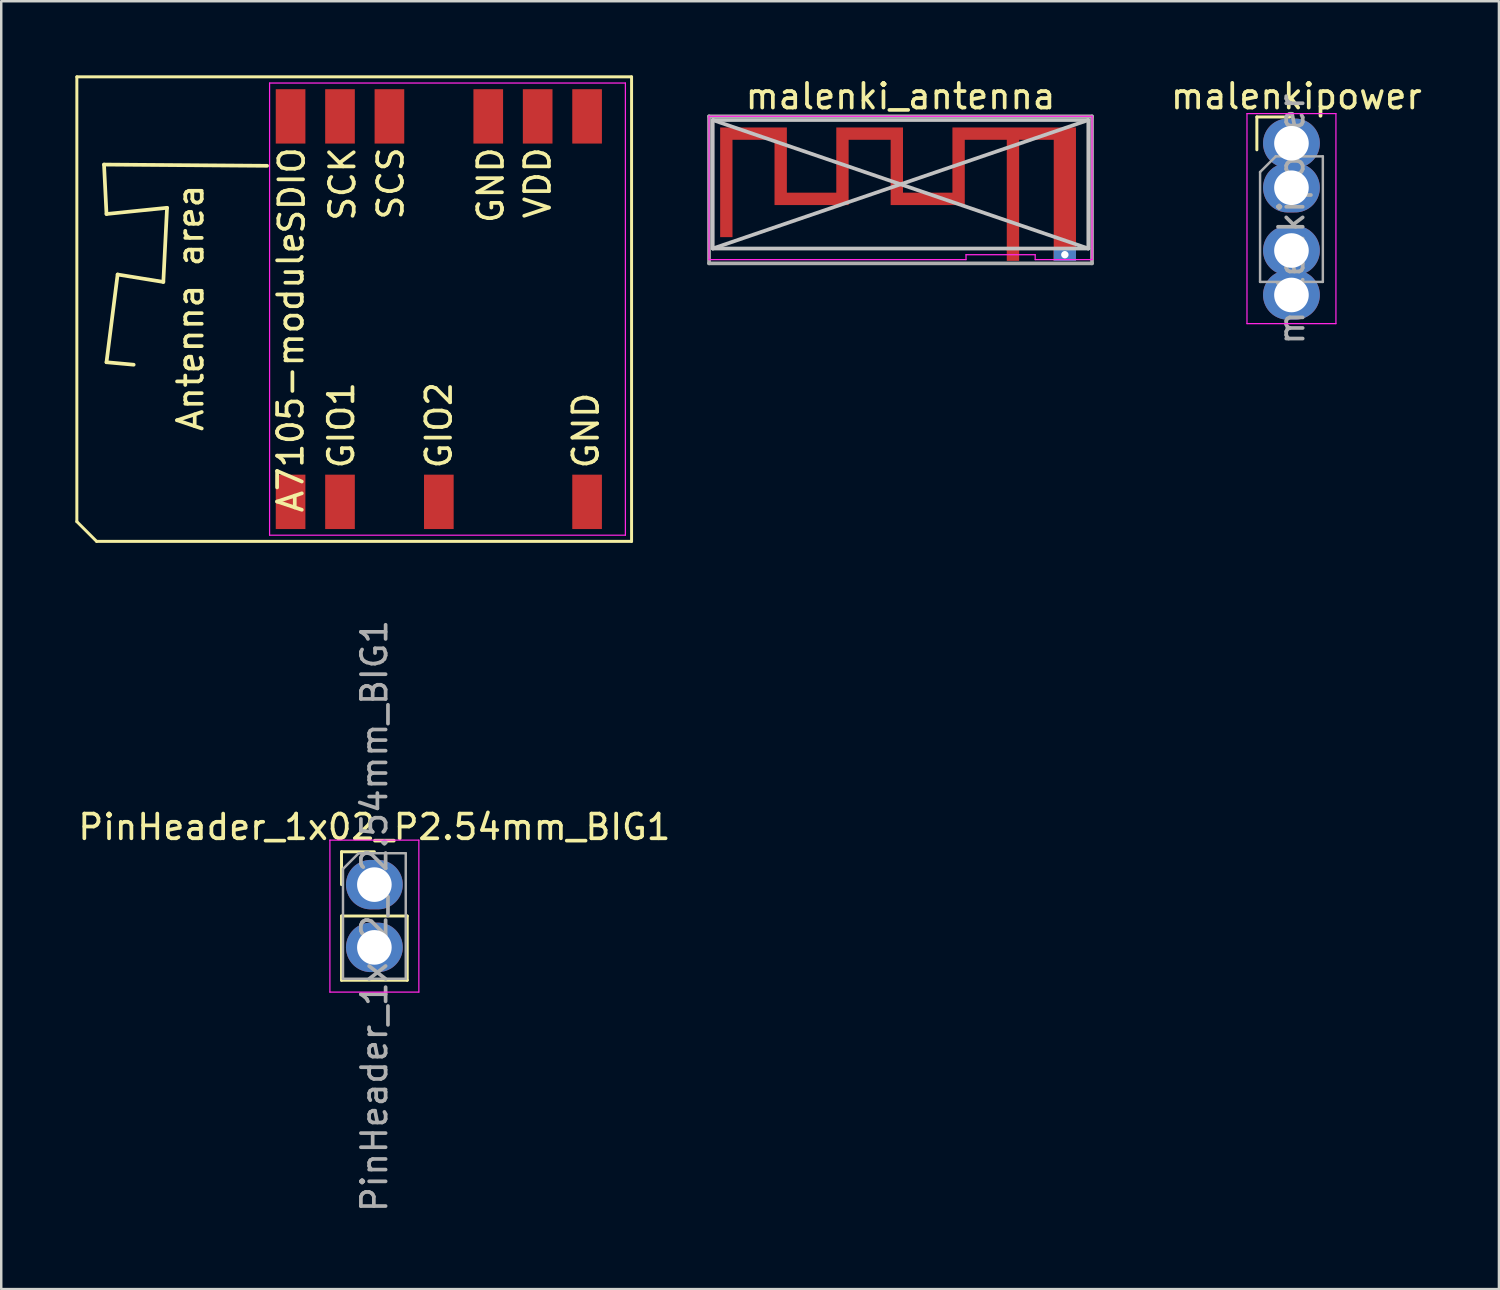
<source format=kicad_pcb>
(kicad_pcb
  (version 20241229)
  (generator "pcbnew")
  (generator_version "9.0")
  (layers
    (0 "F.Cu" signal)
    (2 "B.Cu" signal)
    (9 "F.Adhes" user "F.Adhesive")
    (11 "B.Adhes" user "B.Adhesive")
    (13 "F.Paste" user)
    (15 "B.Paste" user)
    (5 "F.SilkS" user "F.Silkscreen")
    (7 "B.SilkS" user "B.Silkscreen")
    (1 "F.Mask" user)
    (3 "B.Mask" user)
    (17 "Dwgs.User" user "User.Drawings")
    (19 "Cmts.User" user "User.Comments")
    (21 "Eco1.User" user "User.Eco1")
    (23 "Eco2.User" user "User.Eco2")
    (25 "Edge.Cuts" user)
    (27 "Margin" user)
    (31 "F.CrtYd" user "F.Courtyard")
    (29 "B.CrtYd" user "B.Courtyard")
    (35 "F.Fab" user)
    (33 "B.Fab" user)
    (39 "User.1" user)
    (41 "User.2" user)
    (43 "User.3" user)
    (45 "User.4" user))
  (footprint "malenki_antenna"
    (layer "F.Cu")
    (at 37.945 7.258)
    (property "Reference" "malenki_antenna" (at -4.55 -6.41 0) (layer "F.SilkS") (effects (font (size 1 1) (thickness 0.15))))
    (attr exclude_from_pos_files exclude_from_bom)
    (fp_poly (pts (xy -2.45 -2.51) (xy -4.45 -2.51) (xy -4.45 -5.15) (xy -7.15 -5.15) (xy -7.15 -2.51) (xy -9.15 -2.51) (xy -9.15 -5.15) (xy -11.85 -5.15) (xy -11.85 -0.71) (xy -11.35 -0.71) (xy -11.35 -4.65) (xy -9.65 -4.65) (xy -9.65 -2.01) (xy -6.65 -2.01) (xy -6.65 -4.65) (xy -4.95 -4.65) (xy -4.95 -2.01) (xy -1.95 -2.01) (xy -1.95 -4.65) (xy -0.25 -4.65) (xy -0.25 -0.15) (xy 0.25 -0.15) (xy 0.25 -4.65) (xy 1.65 -4.65) (xy 1.65 0.25) (xy 2.55 0.25) (xy 2.55 0.007) (xy 2.248 0.007) (xy 2.238 0.054) (xy 2.214 0.097) (xy 2.176 0.13) (xy 2.168 0.134) (xy 2.125 0.146) (xy 2.077 0.145) (xy 2.031 0.132) (xy 2.013 0.122) (xy 1.979 0.087) (xy 1.958 0.041) (xy 1.952 -0.008) (xy 1.96 -0.056) (xy 1.977 -0.089) (xy 2.012 -0.121) (xy 2.058 -0.141) (xy 2.107 -0.148) (xy 2.155 -0.14) (xy 2.188 -0.123) (xy 2.223 -0.086) (xy 2.243 -0.042) (xy 2.248 0.007) (xy 2.55 0.007) (xy 2.55 -5.15) (xy -2.45 -5.15) (xy -2.45 -2.51)) (stroke (width 0) (type solid)) (fill yes) (layer "F.Cu"))
    (fp_line (start -12.15 -0.25) (end -12.15 -5.45) (stroke (width 0.15) (type solid)) (layer "Dwgs.User"))
    (fp_line (start 3.05 -5.45) (end -12.15 -5.45) (stroke (width 0.15) (type solid)) (layer "Dwgs.User"))
    (fp_line (start 3.05 -5.45) (end -12.15 -0.25) (stroke (width 0.15) (type solid)) (layer "Dwgs.User"))
    (fp_line (start 3.05 -0.25) (end -12.15 -5.45) (stroke (width 0.15) (type solid)) (layer "Dwgs.User"))
    (fp_line (start 3.05 -0.25) (end -12.15 -0.25) (stroke (width 0.15) (type solid)) (layer "Dwgs.User"))
    (fp_line (start 3.05 -0.25) (end 3.05 -5.45) (stroke (width 0.15) (type solid)) (layer "Dwgs.User"))
    (fp_line (start -12.3 -5.6) (end -12.3 0.2) (stroke (width 0.05) (type solid)) (layer "F.CrtYd"))
    (fp_line (start -1.9 0) (end -1.9 0.2) (stroke (width 0.05) (type solid)) (layer "F.CrtYd"))
    (fp_line (start -1.9 0.2) (end -12.3 0.2) (stroke (width 0.05) (type solid)) (layer "F.CrtYd"))
    (fp_line (start 0.9 0) (end -1.9 0) (stroke (width 0.05) (type solid)) (layer "F.CrtYd"))
    (fp_line (start 0.9 0.2) (end 0.9 0) (stroke (width 0.05) (type solid)) (layer "F.CrtYd"))
    (fp_line (start 3.2 -5.6) (end -12.3 -5.6) (stroke (width 0.05) (type solid)) (layer "F.CrtYd"))
    (fp_line (start 3.2 0.2) (end 0.9 0.2) (stroke (width 0.05) (type solid)) (layer "F.CrtYd"))
    (fp_line (start 3.2 0.2) (end 3.2 -5.6) (stroke (width 0.05) (type solid)) (layer "F.CrtYd"))
    (fp_line (start -12.3 -5.6) (end -12.3 0.35) (stroke (width 0.15) (type solid)) (layer "F.Fab"))
    (fp_line (start -12.3 0.35) (end 3.2 0.35) (stroke (width 0.15) (type solid)) (layer "F.Fab"))
    (fp_line (start 3.2 -5.6) (end -12.3 -5.6) (stroke (width 0.15) (type solid)) (layer "F.Fab"))
    (fp_line (start 3.2 0.35) (end 3.2 -5.6) (stroke (width 0.15) (type solid)) (layer "F.Fab"))
    (pad "1" connect rect (at 0 0) (size 0.5 0.5) (layers "F.Cu"))
    (pad "2" thru_hole rect (at 2.1 0) (size 0.9 0.5) (drill 0.3) (layers "*.Cu")))
  (footprint "malenkipower"
    (layer "F.Cu")
    (at 49.216 4.548)
    (property "Reference" "malenkipower" (at 0.2 -3.7 0) (layer "F.SilkS") (effects (font (size 1 1) (thickness 0.15))))
    (attr through_hole)
    (fp_line (start -1.4 -2.865) (end -0.07 -2.865) (stroke (width 0.12) (type solid)) (layer "F.SilkS"))
    (fp_line (start -1.4 -1.535) (end -1.4 -2.865) (stroke (width 0.12) (type solid)) (layer "F.SilkS"))
    (fp_line (start -1.8 -3) (end -1.8 5.5) (stroke (width 0.05) (type solid)) (layer "F.CrtYd"))
    (fp_line (start -1.8 5.5) (end 1.8 5.5) (stroke (width 0.05) (type solid)) (layer "F.CrtYd"))
    (fp_line (start 1.8 -3) (end -1.8 -3) (stroke (width 0.05) (type solid)) (layer "F.CrtYd"))
    (fp_line (start 1.8 5.5) (end 1.8 -3) (stroke (width 0.05) (type solid)) (layer "F.CrtYd"))
    (fp_line (start -1.27 -0.635) (end -0.635 -1.27) (stroke (width 0.1) (type solid)) (layer "F.Fab"))
    (fp_line (start -1.27 3.81) (end -1.27 -0.635) (stroke (width 0.1) (type solid)) (layer "F.Fab"))
    (fp_line (start -0.635 -1.27) (end 1.27 -1.27) (stroke (width 0.1) (type solid)) (layer "F.Fab"))
    (fp_line (start 1.27 -1.27) (end 1.27 3.81) (stroke (width 0.1) (type solid)) (layer "F.Fab"))
    (fp_line (start 1.27 3.81) (end -1.27 3.81) (stroke (width 0.1) (type solid)) (layer "F.Fab"))
    (fp_text user "${REFERENCE}" (at 0 1.27 90) (layer "F.Fab") (effects (font (size 1 1) (thickness 0.15))))
    (pad "1" thru_hole oval (at 0 -1.8) (size 2.3 2) (drill 1.4) (layers "*.Cu" "*.Mask"))
    (pad "1" thru_hole oval (at 0 0) (size 2.3 2) (drill 1.4) (layers "*.Cu" "*.Mask"))
    (pad "2" thru_hole oval (at 0 2.54) (size 2.3 2) (drill 1.4) (layers "*.Cu" "*.Mask"))
    (pad "2" thru_hole oval (at 0 4.34) (size 2.3 2) (drill 1.4) (layers "*.Cu" "*.Mask")))
  (footprint "A7105-module"
    (layer "F.Cu")
    (at 14.71 9.46)
    (property "Reference" "A7105-module" (at -6 2.55 90) (layer "F.SilkS") (effects (font (size 1 1) (thickness 0.15))))
    (attr smd)
    (fp_line (start -14.65 -9.4) (end 7.8 -9.4) (stroke (width 0.12) (type solid)) (layer "F.SilkS"))
    (fp_line (start -14.65 8.6) (end -14.65 -9.4) (stroke (width 0.12) (type solid)) (layer "F.SilkS"))
    (fp_line (start -13.85 9.4) (end -14.65 8.6) (stroke (width 0.12) (type solid)) (layer "F.SilkS"))
    (fp_line (start -13.55 -5.85) (end -13.45 -3.85) (stroke (width 0.15) (type solid)) (layer "F.SilkS"))
    (fp_line (start -13.45 -3.85) (end -11 -4.1) (stroke (width 0.15) (type solid)) (layer "F.SilkS"))
    (fp_line (start -13.45 2.15) (end -12.35 2.25) (stroke (width 0.15) (type solid)) (layer "F.SilkS"))
    (fp_line (start -13 -1.4) (end -13.45 2.15) (stroke (width 0.15) (type solid)) (layer "F.SilkS"))
    (fp_line (start -11.15 -1.1) (end -13 -1.4) (stroke (width 0.15) (type solid)) (layer "F.SilkS"))
    (fp_line (start -11 -4.1) (end -11.15 -1.1) (stroke (width 0.15) (type solid)) (layer "F.SilkS"))
    (fp_line (start -6.95 -5.8) (end -13.55 -5.85) (stroke (width 0.15) (type solid)) (layer "F.SilkS"))
    (fp_line (start 7.8 -9.4) (end 7.8 9.4) (stroke (width 0.12) (type solid)) (layer "F.SilkS"))
    (fp_line (start 7.8 9.4) (end -13.85 9.4) (stroke (width 0.12) (type solid)) (layer "F.SilkS"))
    (fp_line (start -6.85 -9.15) (end 7.55 -9.15) (stroke (width 0.05) (type solid)) (layer "F.CrtYd"))
    (fp_line (start -6.85 9.15) (end -6.85 -9.15) (stroke (width 0.05) (type solid)) (layer "F.CrtYd"))
    (fp_line (start 7.55 -9.15) (end 7.55 9.15) (stroke (width 0.05) (type solid)) (layer "F.CrtYd"))
    (fp_line (start 7.55 9.15) (end -6.85 9.15) (stroke (width 0.05) (type solid)) (layer "F.CrtYd"))
    (fp_text user "SCK" (at -3.9 -5.062 90) (layer "F.SilkS") (effects (font (size 1 1) (thickness 0.15))))
    (fp_text user "GND" (at 2.1 -5.014 90) (layer "F.SilkS") (effects (font (size 1 1) (thickness 0.15))))
    (fp_text user "Antenna area" (at -10.05 -0.05 90) (layer "F.SilkS") (effects (font (size 1 1) (thickness 0.15))))
    (fp_text user "VDD" (at 4 -5.11 90) (layer "F.SilkS") (effects (font (size 1 1) (thickness 0.15))))
    (fp_text user "SDIO" (at -5.95 -4.8 90) (layer "F.SilkS") (effects (font (size 1 1) (thickness 0.15))))
    (fp_text user "SCS" (at -1.95 -5.086 90) (layer "F.SilkS") (effects (font (size 1 1) (thickness 0.15))))
    (fp_text user "GIO1" (at -3.95 4.7 90) (layer "F.SilkS") (effects (font (size 1 1) (thickness 0.15))))
    (fp_text user "GIO2" (at 0 4.7 90) (layer "F.SilkS") (effects (font (size 1 1) (thickness 0.15))))
    (fp_text user "GND" (at 5.95 4.914 90) (layer "F.SilkS") (effects (font (size 1 1) (thickness 0.15))))
    (pad "1" smd rect (at -6 7.8) (size 1.2 2.2) (layers "F.Cu" "F.Mask" "F.Paste"))
    (pad "2" smd rect (at -4 7.8) (size 1.2 2.2) (layers "F.Cu" "F.Mask" "F.Paste"))
    (pad "4" smd rect (at 0 7.8) (size 1.2 2.2) (layers "F.Cu" "F.Mask" "F.Paste"))
    (pad "7" smd rect (at 6 7.8) (size 1.2 2.2) (layers "F.Cu" "F.Mask" "F.Paste"))
    (pad "8" smd rect (at 6 -7.8) (size 1.2 2.2) (layers "F.Cu" "F.Mask" "F.Paste"))
    (pad "9" smd rect (at 4 -7.8) (size 1.2 2.2) (layers "F.Cu" "F.Mask" "F.Paste"))
    (pad "10" smd rect (at 2 -7.8) (size 1.2 2.2) (layers "F.Cu" "F.Mask" "F.Paste"))
    (pad "12" smd rect (at -2 -7.8) (size 1.2 2.2) (layers "F.Cu" "F.Mask" "F.Paste"))
    (pad "13" smd rect (at -4 -7.8) (size 1.2 2.2) (layers "F.Cu" "F.Mask" "F.Paste"))
    (pad "14" smd rect (at -6 -7.8) (size 1.2 2.2) (layers "F.Cu" "F.Mask" "F.Paste")))
  (footprint "PinHeader_1x02_P2.54mm_BIG1"
    (layer "F.Cu")
    (at 12.101 32.751)
    (property "Reference" "PinHeader_1x02_P2.54mm_BIG1" (at 0 -2.33 0) (layer "F.SilkS") (effects (font (size 1 1) (thickness 0.15))))
    (attr through_hole)
    (fp_line (start -1.33 -1.33) (end 0 -1.33) (stroke (width 0.12) (type solid)) (layer "F.SilkS"))
    (fp_line (start -1.33 0) (end -1.33 -1.33) (stroke (width 0.12) (type solid)) (layer "F.SilkS"))
    (fp_line (start -1.33 1.27) (end -1.33 3.87) (stroke (width 0.12) (type solid)) (layer "F.SilkS"))
    (fp_line (start -1.33 1.27) (end 1.33 1.27) (stroke (width 0.12) (type solid)) (layer "F.SilkS"))
    (fp_line (start -1.33 3.87) (end 1.33 3.87) (stroke (width 0.12) (type solid)) (layer "F.SilkS"))
    (fp_line (start 1.33 1.27) (end 1.33 3.87) (stroke (width 0.12) (type solid)) (layer "F.SilkS"))
    (fp_line (start -1.8 -1.8) (end -1.8 4.35) (stroke (width 0.05) (type solid)) (layer "F.CrtYd"))
    (fp_line (start -1.8 4.35) (end 1.8 4.35) (stroke (width 0.05) (type solid)) (layer "F.CrtYd"))
    (fp_line (start 1.8 -1.8) (end -1.8 -1.8) (stroke (width 0.05) (type solid)) (layer "F.CrtYd"))
    (fp_line (start 1.8 4.35) (end 1.8 -1.8) (stroke (width 0.05) (type solid)) (layer "F.CrtYd"))
    (fp_line (start -1.27 -0.635) (end -0.635 -1.27) (stroke (width 0.1) (type solid)) (layer "F.Fab"))
    (fp_line (start -1.27 3.81) (end -1.27 -0.635) (stroke (width 0.1) (type solid)) (layer "F.Fab"))
    (fp_line (start -0.635 -1.27) (end 1.27 -1.27) (stroke (width 0.1) (type solid)) (layer "F.Fab"))
    (fp_line (start 1.27 -1.27) (end 1.27 3.81) (stroke (width 0.1) (type solid)) (layer "F.Fab"))
    (fp_line (start 1.27 3.81) (end -1.27 3.81) (stroke (width 0.1) (type solid)) (layer "F.Fab"))
    (fp_text user "${REFERENCE}" (at 0 1.27 90) (layer "F.Fab") (effects (font (size 1 1) (thickness 0.15))))
    (pad "1" thru_hole oval (at 0 0) (size 2.3 2) (drill 1.4) (layers "*.Cu" "*.Mask"))
    (pad "2" thru_hole oval (at 0 2.54) (size 2.3 2) (drill 1.4) (layers "*.Cu" "*.Mask")))
  (gr_rect
    (start -3 -3)
    (end 57.613 49.122)
    (stroke (width 0.1) (type default))
    (fill no)
    (layer "Edge.Cuts")))
</source>
